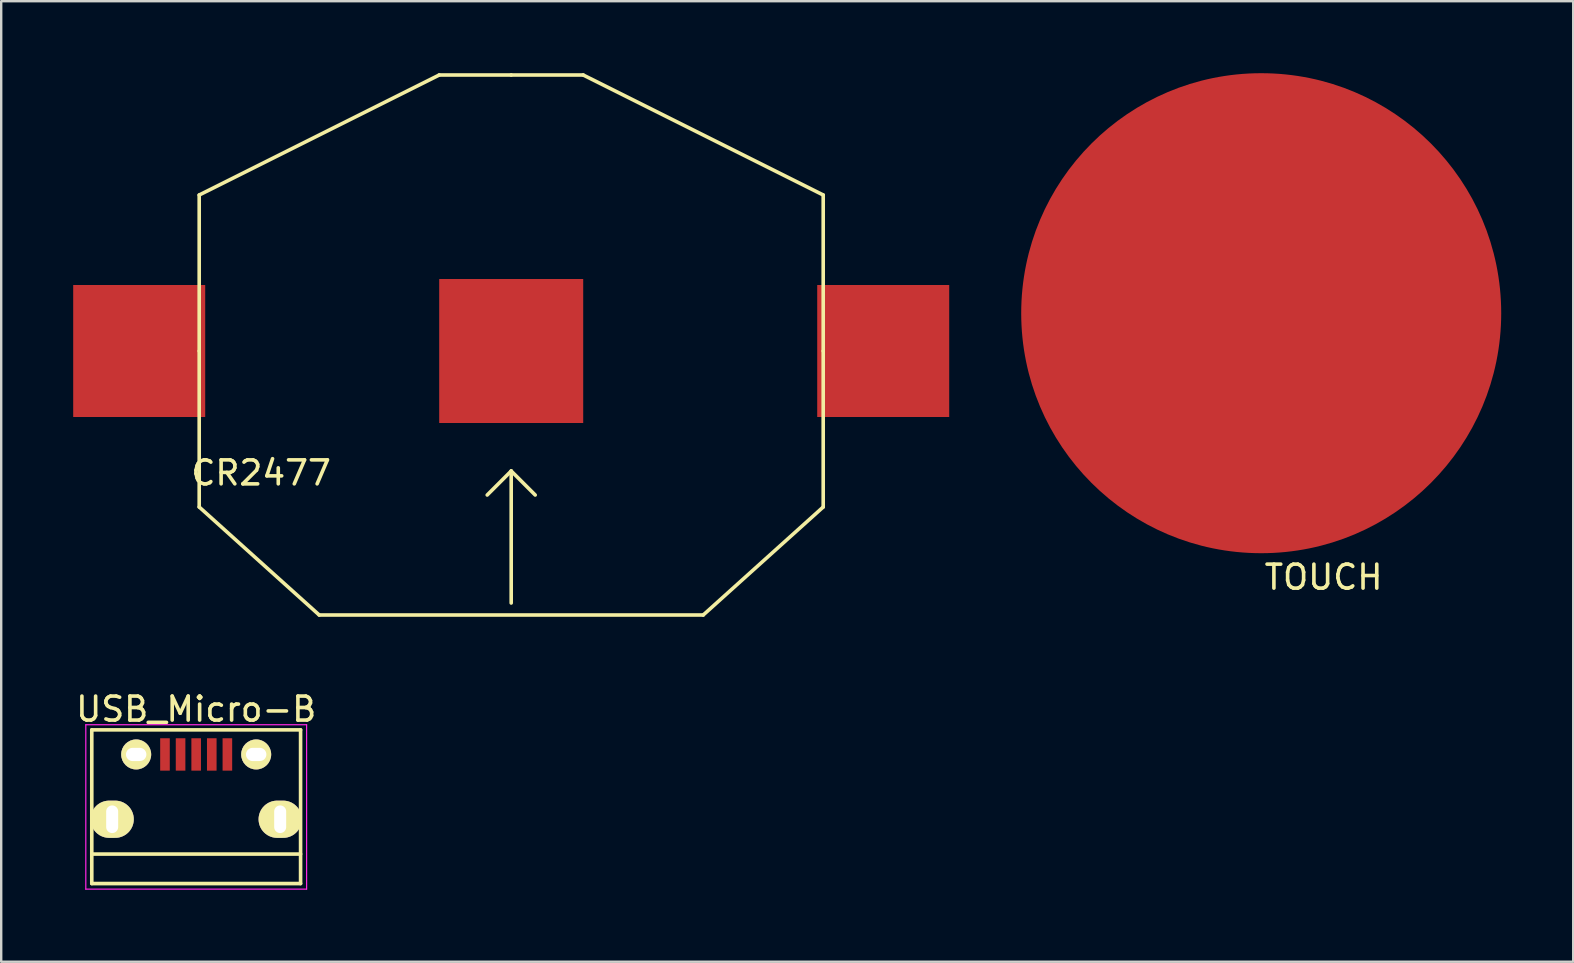
<source format=kicad_pcb>
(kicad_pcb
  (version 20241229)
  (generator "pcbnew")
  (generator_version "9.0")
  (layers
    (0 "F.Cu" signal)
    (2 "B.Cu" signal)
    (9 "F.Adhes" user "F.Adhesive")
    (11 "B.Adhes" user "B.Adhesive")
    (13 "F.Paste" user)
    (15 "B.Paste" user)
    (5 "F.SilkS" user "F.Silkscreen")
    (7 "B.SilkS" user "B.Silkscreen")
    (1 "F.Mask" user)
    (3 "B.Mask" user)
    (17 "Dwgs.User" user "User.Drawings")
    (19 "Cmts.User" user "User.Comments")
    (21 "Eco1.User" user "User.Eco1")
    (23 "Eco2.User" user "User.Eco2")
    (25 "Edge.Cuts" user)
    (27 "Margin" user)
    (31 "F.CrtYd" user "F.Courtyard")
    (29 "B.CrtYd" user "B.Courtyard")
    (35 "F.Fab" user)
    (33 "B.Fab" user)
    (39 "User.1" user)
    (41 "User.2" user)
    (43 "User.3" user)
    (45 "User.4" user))
  (footprint "CR2477"
    (placed yes)
    (layer "F.Cu")
    (at 18.15 11.575)
    (property "Reference" "CR2477" (at -10.32 5.08 0) (layer "F.SilkS") (effects (font (size 1 1) (thickness 0.15))))
    (attr through_hole)
    (fp_line (start -12.9 0) (end -12.9 -6.5) (stroke (width 0.15) (type solid)) (layer "F.SilkS"))
    (fp_line (start -12.9 0) (end -12.9 6.5) (stroke (width 0.15) (type solid)) (layer "F.SilkS"))
    (fp_line (start -12.9 6.5) (end -7.9 11) (stroke (width 0.15) (type solid)) (layer "F.SilkS"))
    (fp_line (start -7.9 11) (end 8.1 11) (stroke (width 0.15) (type solid)) (layer "F.SilkS"))
    (fp_line (start -2.9 -11.5) (end -12.9 -6.5) (stroke (width 0.15) (type solid)) (layer "F.SilkS"))
    (fp_line (start 0.1 -11.5) (end -2.9 -11.5) (stroke (width 0.15) (type solid)) (layer "F.SilkS"))
    (fp_line (start 0.1 -11.5) (end 3.1 -11.5) (stroke (width 0.15) (type solid)) (layer "F.SilkS"))
    (fp_line (start 0.1 5) (end -0.9 6) (stroke (width 0.15) (type solid)) (layer "F.SilkS"))
    (fp_line (start 0.1 5) (end 1.1 6) (stroke (width 0.15) (type solid)) (layer "F.SilkS"))
    (fp_line (start 0.1 10.5) (end 0.1 5) (stroke (width 0.15) (type solid)) (layer "F.SilkS"))
    (fp_line (start 3.1 -11.5) (end 13.1 -6.5) (stroke (width 0.15) (type solid)) (layer "F.SilkS"))
    (fp_line (start 13.1 0) (end 13.1 -6.5) (stroke (width 0.15) (type solid)) (layer "F.SilkS"))
    (fp_line (start 13.1 0) (end 13.1 6.5) (stroke (width 0.15) (type solid)) (layer "F.SilkS"))
    (fp_line (start 13.1 6.5) (end 8.1 11) (stroke (width 0.15) (type solid)) (layer "F.SilkS"))
    (pad "1" smd rect (at 0.1 0) (size 6 6) (layers "F.Cu" "F.Mask" "F.Paste"))
    (pad "2" smd rect (at -15.4 0) (size 5.5 5.5) (layers "F.Cu" "F.Mask" "F.Paste"))
    (pad "2" smd rect (at 15.6 0) (size 5.5 5.5) (layers "F.Cu" "F.Mask" "F.Paste")))
  (footprint "TOUCH"
    (layer "F.Cu")
    (at 49.5 10)
    (property "Reference" "TOUCH" (at 2.6 11 0) (layer "F.SilkS") (effects (font (size 1 1) (thickness 0.15))))
    (attr through_hole)
    (pad "1" smd circle (at 0 0) (size 20 20) (layers "F.Cu" "F.Mask" "F.Paste")))
  (footprint "USB_Micro-B"
    (layer "F.Cu")
    (at 5.125 29.948)
    (property "Reference" "USB_Micro-B" (at 0 -3.45 0) (layer "F.SilkS") (effects (font (size 1 1) (thickness 0.15))))
    (attr smd)
    (fp_line (start -4.351 -2.588) (end 4.349 -2.588) (stroke (width 0.15) (type solid)) (layer "F.SilkS"))
    (fp_line (start -4.351 3.817) (end -4.351 -2.588) (stroke (width 0.15) (type solid)) (layer "F.SilkS"))
    (fp_line (start -4.351 3.817) (end 4.349 3.817) (stroke (width 0.15) (type solid)) (layer "F.SilkS"))
    (fp_line (start 4.349 -2.588) (end 4.349 3.817) (stroke (width 0.15) (type solid)) (layer "F.SilkS"))
    (fp_line (start 4.349 2.587) (end -4.351 2.587) (stroke (width 0.15) (type solid)) (layer "F.SilkS"))
    (fp_line (start -4.6 -2.8) (end 4.6 -2.8) (stroke (width 0.05) (type solid)) (layer "F.CrtYd"))
    (fp_line (start -4.6 4.05) (end -4.6 -2.8) (stroke (width 0.05) (type solid)) (layer "F.CrtYd"))
    (fp_line (start 4.6 -2.8) (end 4.6 4.05) (stroke (width 0.05) (type solid)) (layer "F.CrtYd"))
    (fp_line (start 4.6 4.05) (end -4.6 4.05) (stroke (width 0.05) (type solid)) (layer "F.CrtYd"))
    (pad "1" smd rect (at -1.301 -1.563 90) (size 1.35 0.4) (layers "F.Cu" "F.Mask" "F.Paste"))
    (pad "2" smd rect (at -0.651 -1.563 90) (size 1.35 0.4) (layers "F.Cu" "F.Mask" "F.Paste"))
    (pad "3" smd rect (at -0.001 -1.563 90) (size 1.35 0.4) (layers "F.Cu" "F.Mask" "F.Paste"))
    (pad "4" smd rect (at 0.649 -1.563 90) (size 1.35 0.4) (layers "F.Cu" "F.Mask" "F.Paste"))
    (pad "5" smd rect (at 1.299 -1.563 90) (size 1.35 0.4) (layers "F.Cu" "F.Mask" "F.Paste"))
    (pad "6" thru_hole oval (at -3.501 1.137 90) (size 1.55 1.8) (drill oval 1.15 0.5) (layers "*.Cu" "*.Mask" "F.SilkS"))
    (pad "6" thru_hole oval (at -2.501 -1.563 90) (size 1.25 1.25) (drill oval 0.55 0.85) (layers "*.Cu" "*.Mask" "F.SilkS"))
    (pad "6" thru_hole oval (at 2.499 -1.563 90) (size 1.25 1.25) (drill oval 0.55 0.85) (layers "*.Cu" "*.Mask" "F.SilkS"))
    (pad "6" thru_hole oval (at 3.499 1.137 90) (size 1.55 1.8) (drill oval 1.15 0.5) (layers "*.Cu" "*.Mask" "F.SilkS")))
  (gr_rect
    (start -3 -3)
    (end 62.5 37.023)
    (stroke (width 0.1) (type default))
    (fill no)
    (layer "Edge.Cuts")))
</source>
